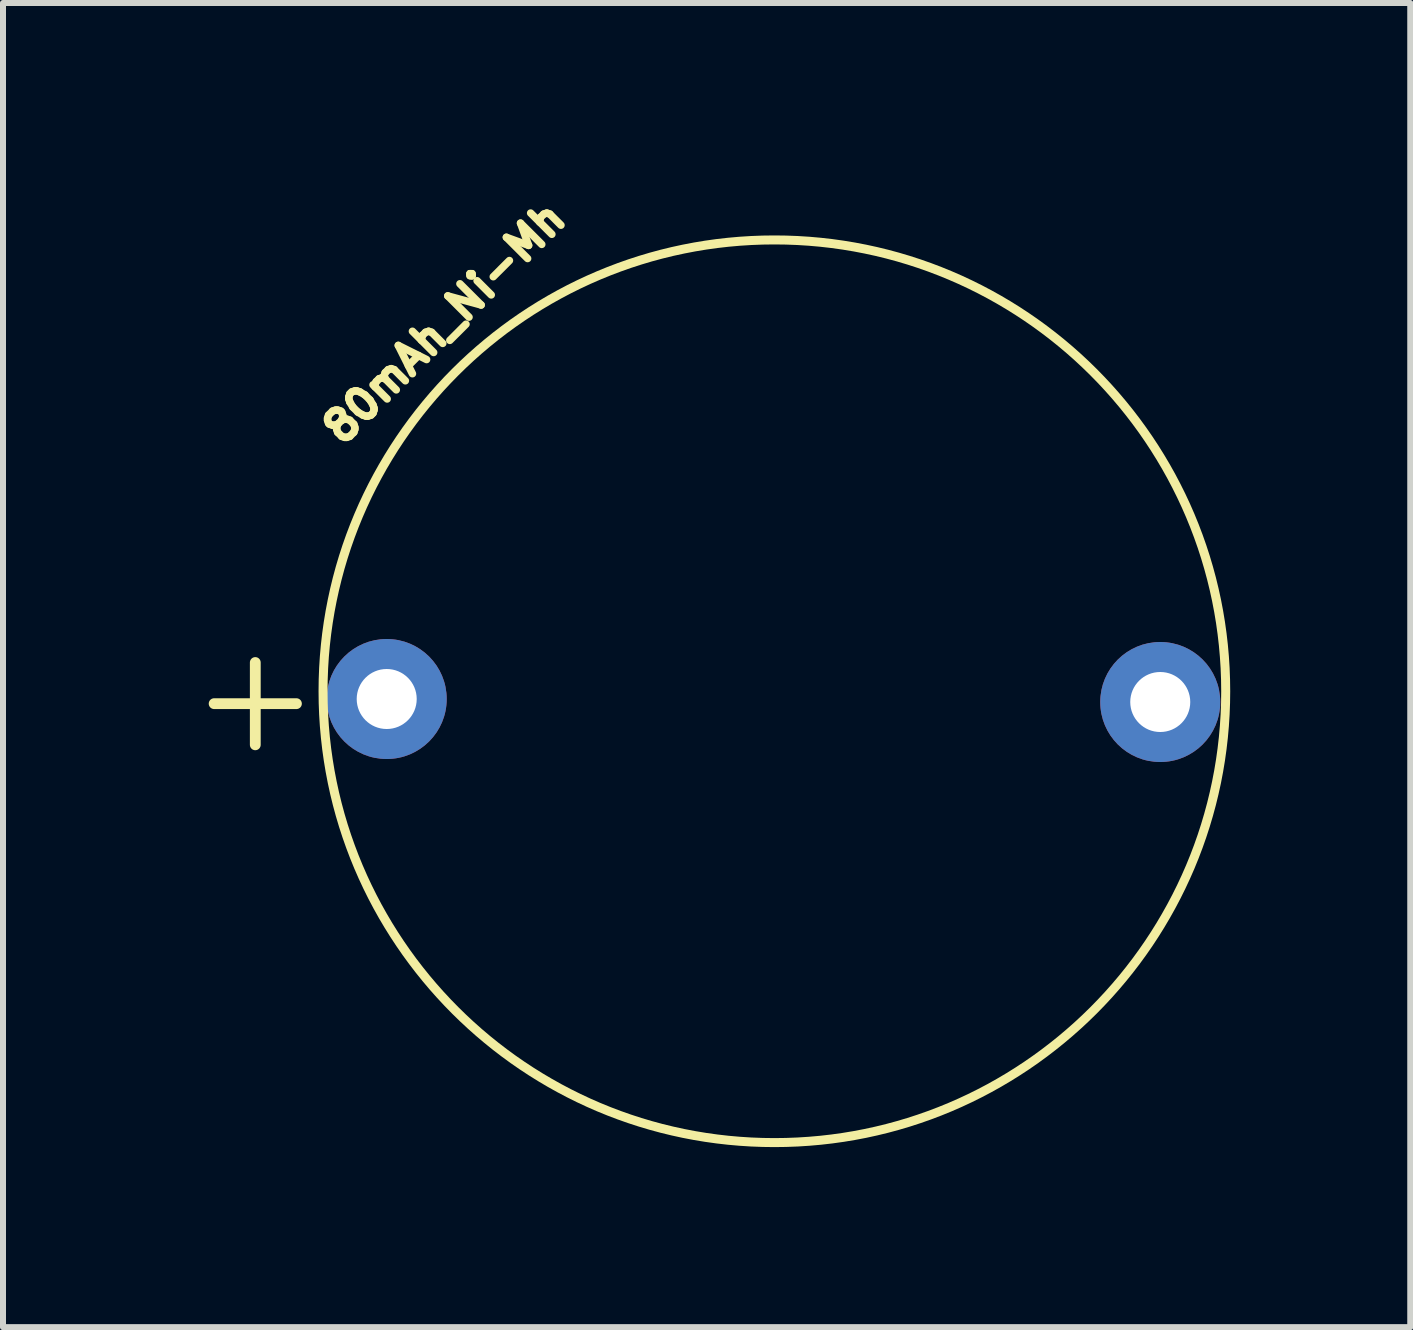
<source format=kicad_pcb>
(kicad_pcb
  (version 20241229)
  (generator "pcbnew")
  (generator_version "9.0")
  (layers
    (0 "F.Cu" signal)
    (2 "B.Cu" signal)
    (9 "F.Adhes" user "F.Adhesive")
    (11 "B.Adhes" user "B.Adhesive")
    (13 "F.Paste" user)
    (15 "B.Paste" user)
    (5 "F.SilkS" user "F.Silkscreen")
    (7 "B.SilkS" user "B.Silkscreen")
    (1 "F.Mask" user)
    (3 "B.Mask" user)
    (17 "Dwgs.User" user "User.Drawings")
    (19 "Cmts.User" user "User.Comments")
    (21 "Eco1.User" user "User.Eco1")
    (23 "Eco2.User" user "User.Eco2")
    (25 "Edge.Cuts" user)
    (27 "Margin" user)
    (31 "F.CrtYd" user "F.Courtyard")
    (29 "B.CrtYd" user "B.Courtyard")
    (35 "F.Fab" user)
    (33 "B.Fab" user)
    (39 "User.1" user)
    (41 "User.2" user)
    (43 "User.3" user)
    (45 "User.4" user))
  (footprint "80mAh_Ni-Mh"
    (layer "F.Cu")
    (at 9.864 8.658)
    (property "Reference" "80mAh_Ni-Mh" (at -5.51 -6.33 225) (layer "F.SilkS") (effects (font (size 0.5 0.5) (thickness 0.125))))
    (attr through_hole)
    (fp_circle (center -0.01 -0.189) (end -7.26 -2.189) (stroke (width 0.15) (type solid)) (fill no) (layer "F.SilkS"))
    (fp_text user "+" (at -8.66 -0.12 180) (layer "F.SilkS") (effects (font (size 1.8 1.8) (thickness 0.18))))
    (pad "1" thru_hole circle (at -6.47 -0.06) (size 2 2) (drill 1) (layers "*.Cu" "*.Mask"))
    (pad "2" thru_hole circle (at 6.42 -0.01) (size 2 2) (drill 1) (layers "*.Cu" "*.Mask")))
  (gr_rect
    (start -3 -3)
    (end 20.45 19.065)
    (stroke (width 0.1) (type default))
    (fill no)
    (layer "Edge.Cuts")))
</source>
